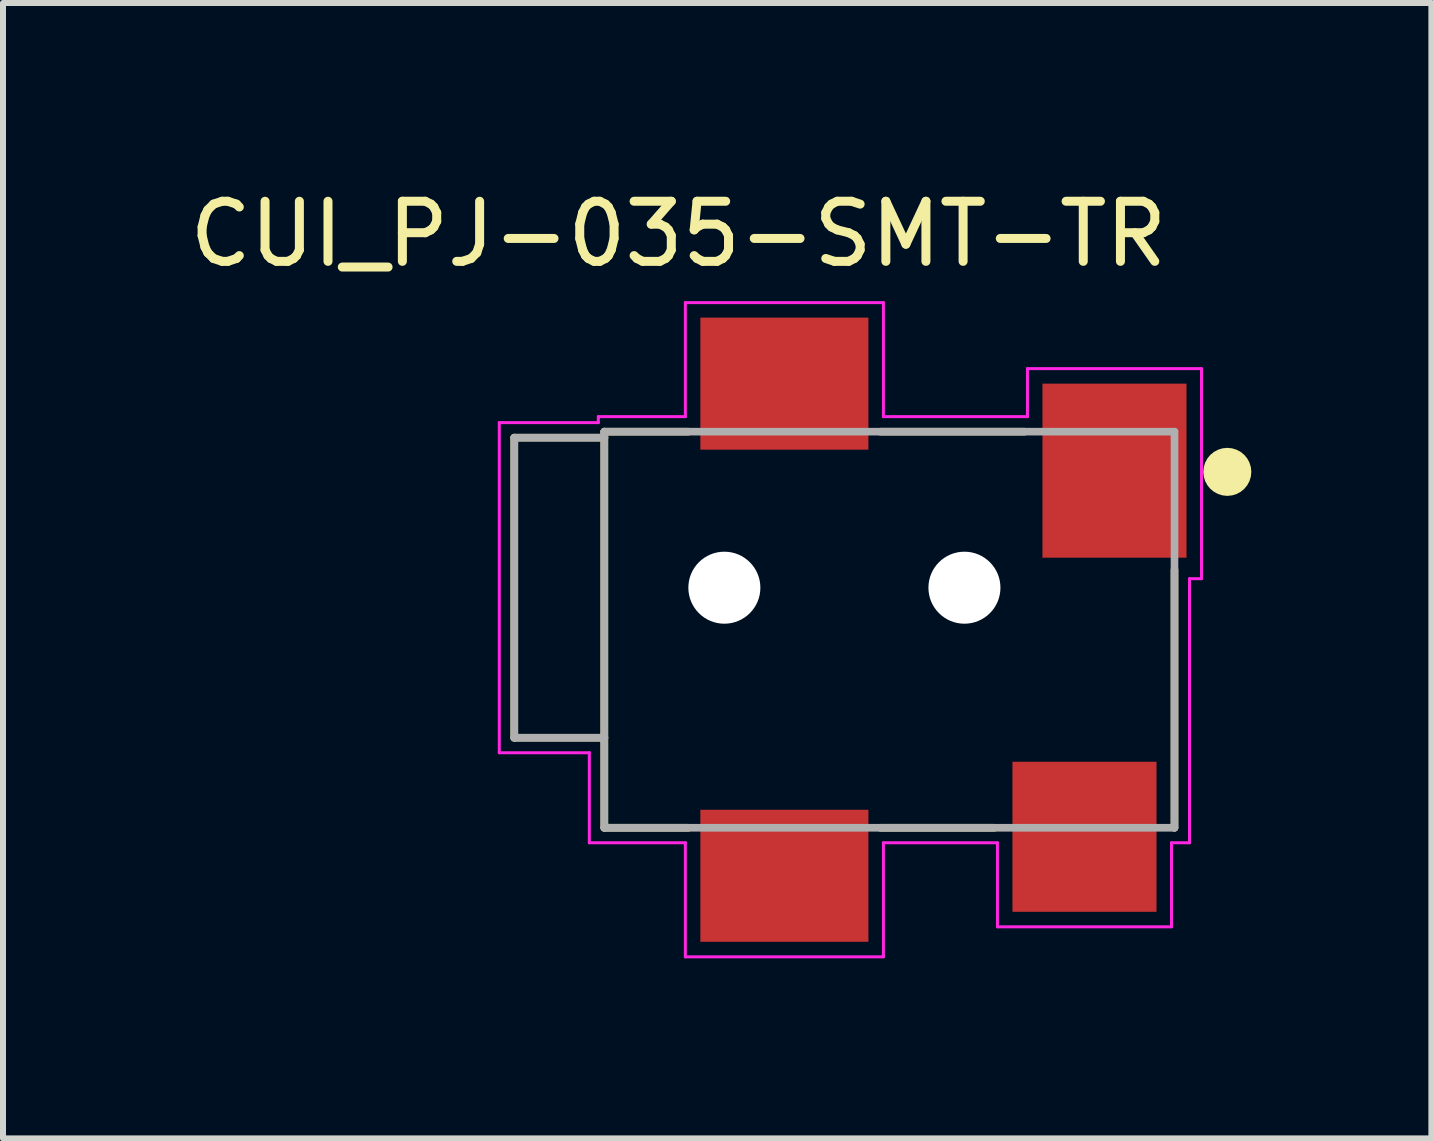
<source format=kicad_pcb>
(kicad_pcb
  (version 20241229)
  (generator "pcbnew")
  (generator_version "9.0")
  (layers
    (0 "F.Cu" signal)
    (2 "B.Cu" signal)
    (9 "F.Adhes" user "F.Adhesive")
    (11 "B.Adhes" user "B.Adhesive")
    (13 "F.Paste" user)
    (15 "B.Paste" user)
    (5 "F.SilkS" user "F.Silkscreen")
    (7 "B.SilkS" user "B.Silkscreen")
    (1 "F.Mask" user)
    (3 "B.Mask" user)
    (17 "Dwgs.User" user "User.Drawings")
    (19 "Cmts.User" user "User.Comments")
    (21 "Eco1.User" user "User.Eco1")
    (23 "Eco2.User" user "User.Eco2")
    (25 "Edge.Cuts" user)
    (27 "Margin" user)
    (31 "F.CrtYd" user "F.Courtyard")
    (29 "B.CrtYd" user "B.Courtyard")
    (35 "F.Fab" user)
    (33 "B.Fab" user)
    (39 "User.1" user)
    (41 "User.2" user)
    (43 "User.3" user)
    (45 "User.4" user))
  (footprint "CUI_PJ-035-SMT-TR"
    (layer "F.Cu")
    (at 15.519 6.742)
    (property "Reference" "CUI_PJ-035-SMT-TR" (at -7.265 -5.893 0) (layer "F.SilkS") (effects (font (size 1.001 1.001) (thickness 0.15))))
    (attr smd)
    (fp_line (start -10 -2.5) (end -10 2.5) (stroke (width 0.127) (type solid)) (layer "F.SilkS"))
    (fp_line (start -10 2.5) (end -8.5 2.5) (stroke (width 0.127) (type solid)) (layer "F.SilkS"))
    (fp_line (start -8.5 -2.6) (end -8.5 -2.5) (stroke (width 0.127) (type solid)) (layer "F.SilkS"))
    (fp_line (start -8.5 -2.5) (end -10 -2.5) (stroke (width 0.127) (type solid)) (layer "F.SilkS"))
    (fp_line (start -8.5 -2.5) (end -8.5 2.5) (stroke (width 0.127) (type solid)) (layer "F.SilkS"))
    (fp_line (start -8.5 2.5) (end -8.5 4) (stroke (width 0.127) (type solid)) (layer "F.SilkS"))
    (fp_line (start -8.5 4) (end -7.1 4) (stroke (width 0.127) (type solid)) (layer "F.SilkS"))
    (fp_line (start -7.1 -2.6) (end -8.5 -2.6) (stroke (width 0.127) (type solid)) (layer "F.SilkS"))
    (fp_line (start -3.9 4) (end -2 4) (stroke (width 0.127) (type solid)) (layer "F.SilkS"))
    (fp_line (start -1.5 -2.6) (end -3.9 -2.6) (stroke (width 0.127) (type solid)) (layer "F.SilkS"))
    (fp_line (start 1 4) (end 1 -0.3) (stroke (width 0.127) (type solid)) (layer "F.SilkS"))
    (fp_circle (center 1.88 -1.93) (end 2.08 -1.93) (stroke (width 0.4) (type solid)) (fill no) (layer "F.SilkS"))
    (fp_line (start -10.25 -2.75) (end -10.25 2.75) (stroke (width 0.05) (type solid)) (layer "F.CrtYd"))
    (fp_line (start -10.25 -2.75) (end -8.6 -2.75) (stroke (width 0.05) (type solid)) (layer "F.CrtYd"))
    (fp_line (start -10.25 2.75) (end -8.75 2.75) (stroke (width 0.05) (type solid)) (layer "F.CrtYd"))
    (fp_line (start -8.75 4.25) (end -8.75 2.75) (stroke (width 0.05) (type solid)) (layer "F.CrtYd"))
    (fp_line (start -8.75 4.25) (end -7.15 4.25) (stroke (width 0.05) (type solid)) (layer "F.CrtYd"))
    (fp_line (start -8.6 -2.75) (end -8.6 -2.85) (stroke (width 0.05) (type solid)) (layer "F.CrtYd"))
    (fp_line (start -7.15 -4.75) (end -3.85 -4.75) (stroke (width 0.05) (type solid)) (layer "F.CrtYd"))
    (fp_line (start -7.15 -2.85) (end -8.6 -2.85) (stroke (width 0.05) (type solid)) (layer "F.CrtYd"))
    (fp_line (start -7.15 -2.85) (end -7.15 -4.75) (stroke (width 0.05) (type solid)) (layer "F.CrtYd"))
    (fp_line (start -7.15 4.25) (end -7.15 6.15) (stroke (width 0.05) (type solid)) (layer "F.CrtYd"))
    (fp_line (start -3.85 -4.75) (end -3.85 -2.85) (stroke (width 0.05) (type solid)) (layer "F.CrtYd"))
    (fp_line (start -3.85 4.25) (end -1.95 4.25) (stroke (width 0.05) (type solid)) (layer "F.CrtYd"))
    (fp_line (start -3.85 6.15) (end -7.15 6.15) (stroke (width 0.05) (type solid)) (layer "F.CrtYd"))
    (fp_line (start -3.85 6.15) (end -3.85 4.25) (stroke (width 0.05) (type solid)) (layer "F.CrtYd"))
    (fp_line (start -1.95 4.25) (end -1.95 5.65) (stroke (width 0.05) (type solid)) (layer "F.CrtYd"))
    (fp_line (start -1.95 5.65) (end 0.95 5.65) (stroke (width 0.05) (type solid)) (layer "F.CrtYd"))
    (fp_line (start -1.45 -3.65) (end -1.45 -2.85) (stroke (width 0.05) (type solid)) (layer "F.CrtYd"))
    (fp_line (start -1.45 -3.65) (end 1.45 -3.65) (stroke (width 0.05) (type solid)) (layer "F.CrtYd"))
    (fp_line (start -1.45 -2.85) (end -3.85 -2.85) (stroke (width 0.05) (type solid)) (layer "F.CrtYd"))
    (fp_line (start 0.95 4.25) (end 0.95 5.65) (stroke (width 0.05) (type solid)) (layer "F.CrtYd"))
    (fp_line (start 1.25 4.25) (end 0.95 4.25) (stroke (width 0.05) (type solid)) (layer "F.CrtYd"))
    (fp_line (start 1.25 4.25) (end 1.25 -0.15) (stroke (width 0.05) (type solid)) (layer "F.CrtYd"))
    (fp_line (start 1.45 -3.65) (end 1.45 -0.15) (stroke (width 0.05) (type solid)) (layer "F.CrtYd"))
    (fp_line (start 1.45 -0.15) (end 1.25 -0.15) (stroke (width 0.05) (type solid)) (layer "F.CrtYd"))
    (fp_line (start -10 -2.5) (end -10 2.5) (stroke (width 0.127) (type solid)) (layer "F.Fab"))
    (fp_line (start -10 2.5) (end -8.5 2.5) (stroke (width 0.127) (type solid)) (layer "F.Fab"))
    (fp_line (start -8.5 -2.6) (end -8.5 -2.5) (stroke (width 0.127) (type solid)) (layer "F.Fab"))
    (fp_line (start -8.5 -2.5) (end -10 -2.5) (stroke (width 0.127) (type solid)) (layer "F.Fab"))
    (fp_line (start -8.5 -2.5) (end -8.5 2.5) (stroke (width 0.127) (type solid)) (layer "F.Fab"))
    (fp_line (start -8.5 2.5) (end -8.5 4) (stroke (width 0.127) (type solid)) (layer "F.Fab"))
    (fp_line (start -8.5 4) (end 1 4) (stroke (width 0.127) (type solid)) (layer "F.Fab"))
    (fp_line (start 1 -2.6) (end -8.5 -2.6) (stroke (width 0.127) (type solid)) (layer "F.Fab"))
    (fp_line (start 1 4) (end 1 -2.6) (stroke (width 0.127) (type solid)) (layer "F.Fab"))
    (pad "" np_thru_hole circle (at -6.5 0) (size 1.2 1.2) (drill 1.2) (layers "*.Cu" "*.Mask"))
    (pad "" np_thru_hole circle (at -2.5 0) (size 1.2 1.2) (drill 1.2) (layers "*.Cu" "*.Mask"))
    (pad "1" smd rect (at 0 -1.95 90) (size 2.9 2.4) (layers "F.Cu" "F.Mask" "F.Paste"))
    (pad "2" smd rect (at -0.5 4.15 90) (size 2.5 2.4) (layers "F.Cu" "F.Mask" "F.Paste"))
    (pad "3A" smd rect (at -5.5 -3.4 270) (size 2.2 2.8) (layers "F.Cu" "F.Mask" "F.Paste"))
    (pad "3B" smd rect (at -5.5 4.8 270) (size 2.2 2.8) (layers "F.Cu" "F.Mask" "F.Paste")))
  (gr_rect
    (start -3 -3)
    (end 20.799 15.917)
    (stroke (width 0.1) (type default))
    (fill no)
    (layer "Edge.Cuts")))
</source>
